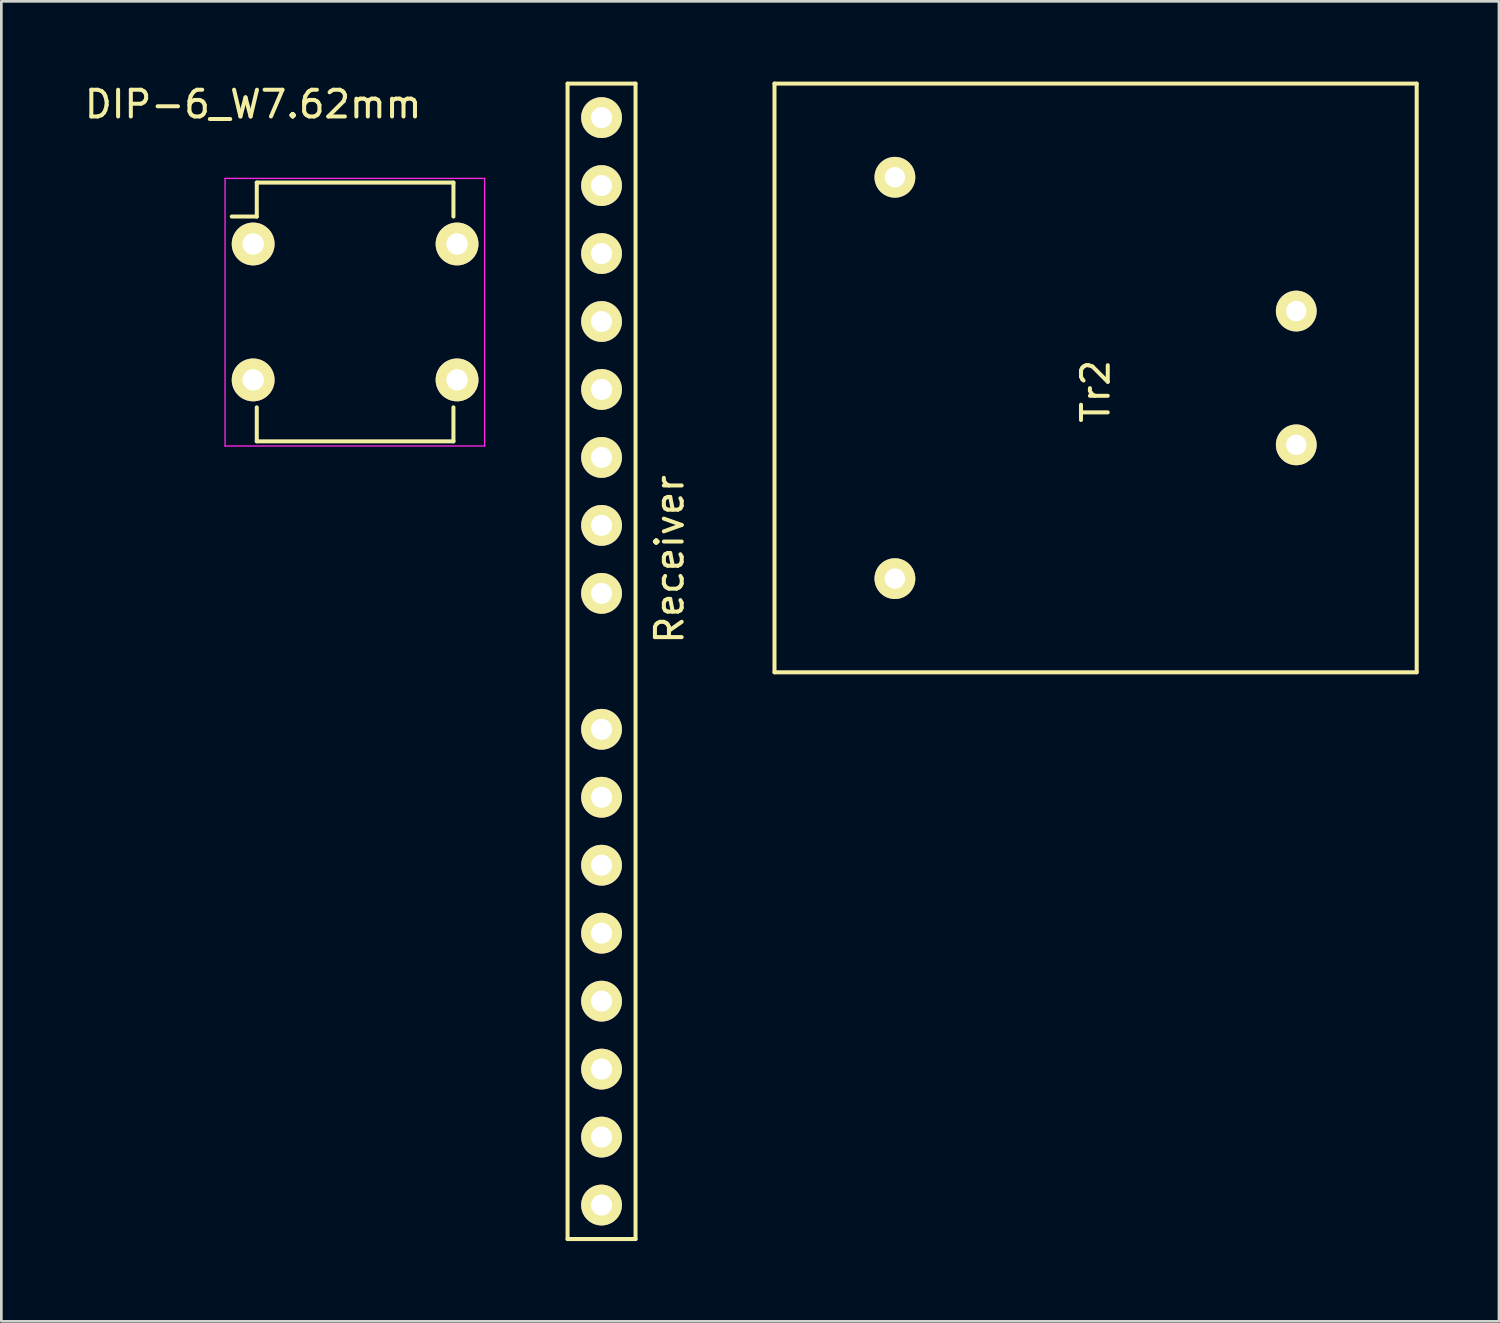
<source format=kicad_pcb>
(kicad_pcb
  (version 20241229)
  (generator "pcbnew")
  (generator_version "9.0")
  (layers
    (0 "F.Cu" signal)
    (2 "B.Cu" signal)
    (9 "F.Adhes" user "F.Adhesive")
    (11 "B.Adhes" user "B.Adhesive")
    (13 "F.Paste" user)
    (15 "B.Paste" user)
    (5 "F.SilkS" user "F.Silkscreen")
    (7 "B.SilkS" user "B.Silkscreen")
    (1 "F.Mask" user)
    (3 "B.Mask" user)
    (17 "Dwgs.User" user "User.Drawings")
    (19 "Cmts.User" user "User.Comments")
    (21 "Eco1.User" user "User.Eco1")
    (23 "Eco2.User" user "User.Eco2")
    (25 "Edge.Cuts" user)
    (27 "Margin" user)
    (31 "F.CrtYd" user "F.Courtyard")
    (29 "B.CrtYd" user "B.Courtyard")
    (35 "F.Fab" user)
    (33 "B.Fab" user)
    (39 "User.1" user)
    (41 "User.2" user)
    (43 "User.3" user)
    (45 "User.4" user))
  (footprint "Receiver"
    (layer "F.Cu")
    (at 19.431 21.665)
    (property "Reference" "Receiver" (at 2.54 -3.81 90) (layer "F.SilkS") (effects (font (size 1 1) (thickness 0.15))))
    (attr through_hole)
    (fp_line (start -1.27 -21.59) (end 1.27 -21.59) (stroke (width 0.15) (type solid)) (layer "F.SilkS"))
    (fp_line (start -1.27 21.59) (end -1.27 -21.59) (stroke (width 0.15) (type solid)) (layer "F.SilkS"))
    (fp_line (start 1.27 -21.59) (end 1.27 21.59) (stroke (width 0.15) (type solid)) (layer "F.SilkS"))
    (fp_line (start 1.27 21.59) (end -1.27 21.59) (stroke (width 0.15) (type solid)) (layer "F.SilkS"))
    (pad "1" thru_hole circle (at 0 -20.32) (size 1.524 1.524) (drill 0.787) (layers "*.Cu" "*.Mask" "F.SilkS"))
    (pad "2" thru_hole circle (at 0 -17.78) (size 1.524 1.524) (drill 0.787) (layers "*.Cu" "*.Mask" "F.SilkS"))
    (pad "3" thru_hole circle (at 0 -15.24) (size 1.524 1.524) (drill 0.787) (layers "*.Cu" "*.Mask" "F.SilkS"))
    (pad "4" thru_hole circle (at 0 -12.7) (size 1.524 1.524) (drill 0.787) (layers "*.Cu" "*.Mask" "F.SilkS"))
    (pad "5" thru_hole circle (at 0 12.7) (size 1.524 1.524) (drill 0.787) (layers "*.Cu" "*.Mask" "F.SilkS"))
    (pad "6" thru_hole circle (at 0 15.24) (size 1.524 1.524) (drill 0.787) (layers "*.Cu" "*.Mask" "F.SilkS"))
    (pad "7" thru_hole circle (at 0 17.78) (size 1.524 1.524) (drill 0.787) (layers "*.Cu" "*.Mask" "F.SilkS"))
    (pad "8" thru_hole circle (at 0 20.32) (size 1.524 1.524) (drill 0.787) (layers "*.Cu" "*.Mask" "F.SilkS"))
    (pad "9" thru_hole circle (at 0 -10.16) (size 1.524 1.524) (drill 0.787) (layers "*.Cu" "*.Mask" "F.SilkS"))
    (pad "10" thru_hole circle (at 0 -7.62) (size 1.524 1.524) (drill 0.787) (layers "*.Cu" "*.Mask" "F.SilkS"))
    (pad "11" thru_hole circle (at 0 -5.08) (size 1.524 1.524) (drill 0.787) (layers "*.Cu" "*.Mask" "F.SilkS"))
    (pad "12" thru_hole circle (at 0 -2.54) (size 1.524 1.524) (drill 0.787) (layers "*.Cu" "*.Mask" "F.SilkS"))
    (pad "13" thru_hole circle (at 0 2.54) (size 1.524 1.524) (drill 0.787) (layers "*.Cu" "*.Mask" "F.SilkS"))
    (pad "14" thru_hole circle (at 0 5.08) (size 1.524 1.524) (drill 0.787) (layers "*.Cu" "*.Mask" "F.SilkS"))
    (pad "15" thru_hole circle (at 0 7.62) (size 1.524 1.524) (drill 0.787) (layers "*.Cu" "*.Mask" "F.SilkS"))
    (pad "16" thru_hole circle (at 0 10.16) (size 1.524 1.524) (drill 0.787) (layers "*.Cu" "*.Mask" "F.SilkS")))
  (footprint "Tr2"
    (layer "F.Cu")
    (at 37.894 11.075)
    (property "Reference" "Tr2" (at 0 0.5 90) (layer "F.SilkS") (effects (font (size 1 1) (thickness 0.15))))
    (attr through_hole)
    (fp_line (start -12 -11) (end 12 -11) (stroke (width 0.15) (type solid)) (layer "F.SilkS"))
    (fp_line (start -12 11) (end -12 -11) (stroke (width 0.15) (type solid)) (layer "F.SilkS"))
    (fp_line (start 12 -11) (end 12 11) (stroke (width 0.15) (type solid)) (layer "F.SilkS"))
    (fp_line (start 12 11) (end -12 11) (stroke (width 0.15) (type solid)) (layer "F.SilkS"))
    (pad "1" thru_hole circle (at -7.5 -7.5) (size 1.524 1.524) (drill 0.762) (layers "*.Cu" "*.Mask" "F.SilkS"))
    (pad "2" thru_hole circle (at 7.5 -2.5) (size 1.524 1.524) (drill 0.762) (layers "*.Cu" "*.Mask" "F.SilkS"))
    (pad "3" thru_hole circle (at 7.5 2.5) (size 1.524 1.524) (drill 0.762) (layers "*.Cu" "*.Mask" "F.SilkS"))
    (pad "4" thru_hole circle (at -7.5 7.5) (size 1.524 1.524) (drill 0.762) (layers "*.Cu" "*.Mask" "F.SilkS")))
  (footprint "DIP-6_W7.62mm"
    (layer "F.Cu")
    (at 6.411 6.068)
    (property "Reference" "DIP-6_W7.62mm" (at 0 -5.22 0) (layer "F.SilkS") (effects (font (size 1 1) (thickness 0.15))))
    (attr through_hole)
    (fp_line (start 0.135 -2.295) (end 0.135 -1.025) (stroke (width 0.15) (type solid)) (layer "F.SilkS"))
    (fp_line (start 0.135 -2.295) (end 7.485 -2.295) (stroke (width 0.15) (type solid)) (layer "F.SilkS"))
    (fp_line (start 0.135 -1.025) (end -0.8 -1.025) (stroke (width 0.15) (type solid)) (layer "F.SilkS"))
    (fp_line (start 0.135 7.375) (end 0.135 6.105) (stroke (width 0.15) (type solid)) (layer "F.SilkS"))
    (fp_line (start 0.135 7.375) (end 7.485 7.375) (stroke (width 0.15) (type solid)) (layer "F.SilkS"))
    (fp_line (start 7.485 -2.295) (end 7.485 -1.025) (stroke (width 0.15) (type solid)) (layer "F.SilkS"))
    (fp_line (start 7.485 7.375) (end 7.485 6.105) (stroke (width 0.15) (type solid)) (layer "F.SilkS"))
    (fp_line (start -1.05 -2.45) (end -1.05 7.55) (stroke (width 0.05) (type solid)) (layer "F.CrtYd"))
    (fp_line (start -1.05 -2.45) (end 8.65 -2.45) (stroke (width 0.05) (type solid)) (layer "F.CrtYd"))
    (fp_line (start -1.05 7.55) (end 8.65 7.55) (stroke (width 0.05) (type solid)) (layer "F.CrtYd"))
    (fp_line (start 8.65 -2.45) (end 8.65 7.55) (stroke (width 0.05) (type solid)) (layer "F.CrtYd"))
    (pad "1" thru_hole oval (at 0 0) (size 1.6 1.6) (drill 0.8) (layers "*.Cu" "*.Mask" "F.SilkS"))
    (pad "2" thru_hole oval (at 0 5.08) (size 1.6 1.6) (drill 0.8) (layers "*.Cu" "*.Mask" "F.SilkS"))
    (pad "3" thru_hole oval (at 7.62 5.08) (size 1.6 1.6) (drill 0.8) (layers "*.Cu" "*.Mask" "F.SilkS"))
    (pad "4" thru_hole oval (at 7.62 0) (size 1.6 1.6) (drill 0.8) (layers "*.Cu" "*.Mask" "F.SilkS")))
  (gr_rect
    (start -3 -3)
    (end 52.969 46.33)
    (stroke (width 0.1) (type default))
    (fill no)
    (layer "Edge.Cuts")))
</source>
